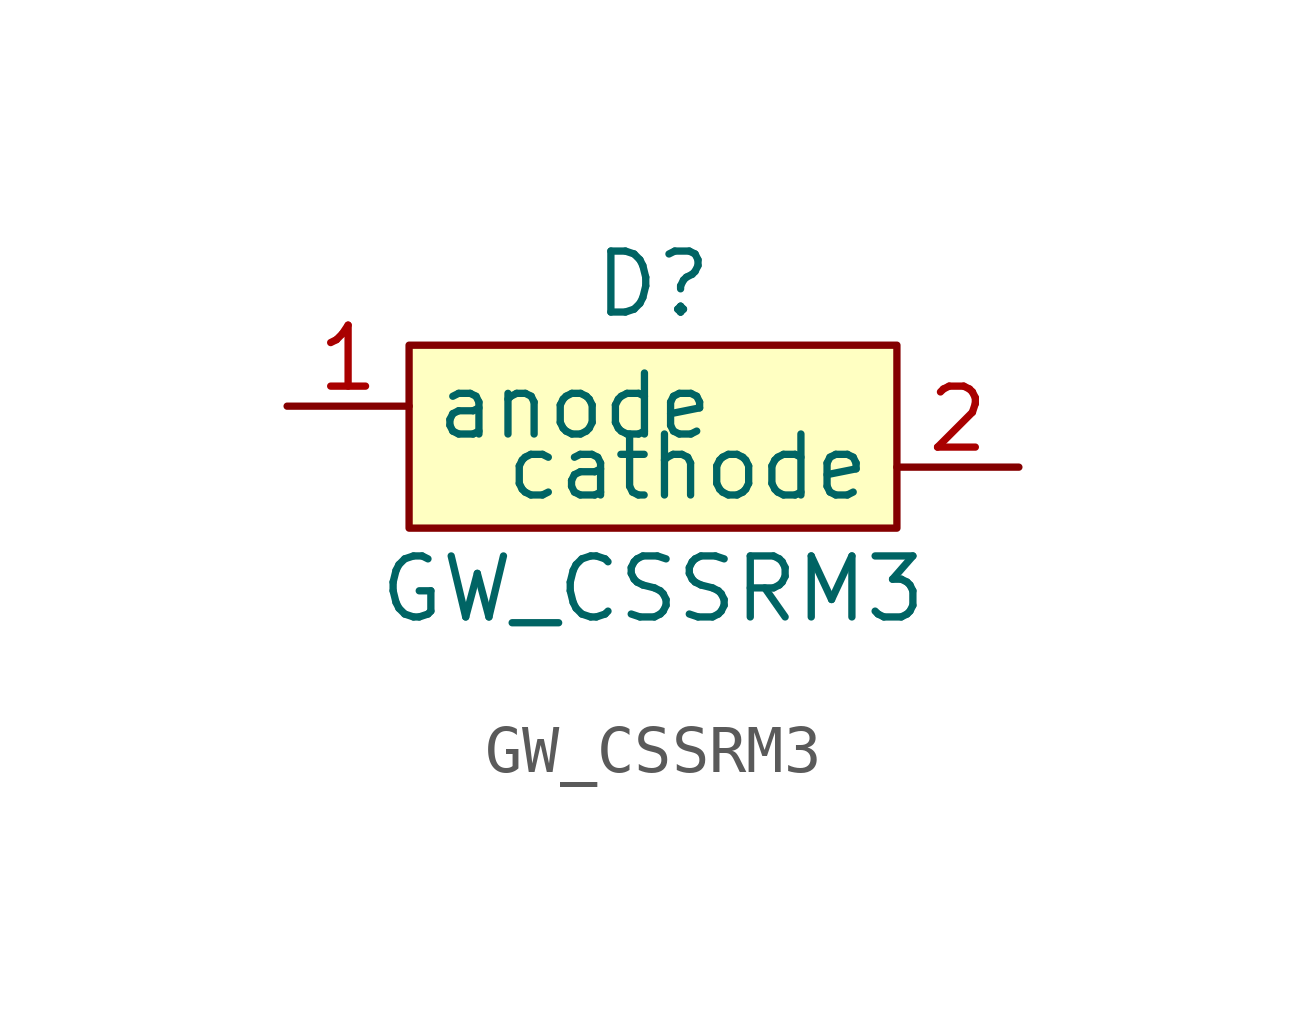
<source format=kicad_sym>
(kicad_symbol_lib
  (version 20220914)
  (generator kicad_symbol_editor)
  (symbol "GW_CSSRM3"
    (property "Reference" "D"
      (at 0 1.27 0)
      (effects (font (size 1.27 1.27))))
    (property "Value" "GW_CSSRM3"
      (at 0 -5.08 0)
      (effects (font (size 1.27 1.27))))
    (symbol "GW_CSSRM3_0_1"
      (rectangle (start -5.08 0) (end 5.08 -3.81) (stroke (width 0) (type default)) (fill (type background))))
    (symbol "GW_CSSRM3_1_1"
      (pin input line (at -7.62 -1.27 0) (length 2.54) (name "anode" (effects (font (size 1.27 1.27)))) (number "1" (effects (font (size 1.27 1.27)))))
      (pin output line (at 7.62 -2.54 180) (length 2.54) (name "cathode" (effects (font (size 1.27 1.27)))) (number "2" (effects (font (size 1.27 1.27)))))
      (pin input line (at 0 -6.35 90) (length 2.54) hide (name "GND" (effects (font (size 1.27 1.27)))) (number "GND" (effects (font (size 1.27 1.27))))))))
</source>
